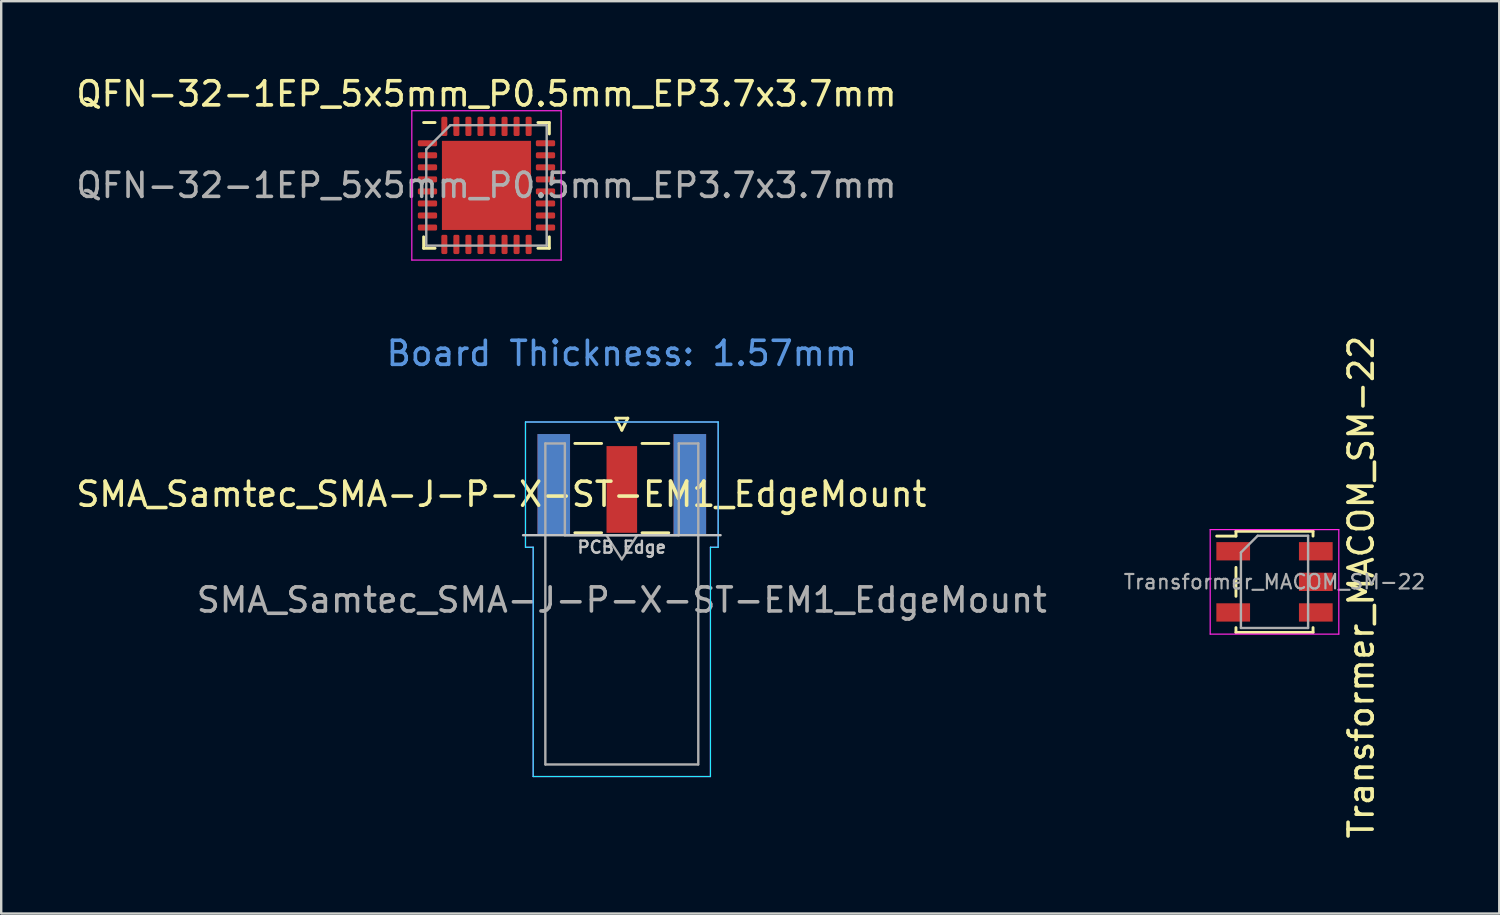
<source format=kicad_pcb>
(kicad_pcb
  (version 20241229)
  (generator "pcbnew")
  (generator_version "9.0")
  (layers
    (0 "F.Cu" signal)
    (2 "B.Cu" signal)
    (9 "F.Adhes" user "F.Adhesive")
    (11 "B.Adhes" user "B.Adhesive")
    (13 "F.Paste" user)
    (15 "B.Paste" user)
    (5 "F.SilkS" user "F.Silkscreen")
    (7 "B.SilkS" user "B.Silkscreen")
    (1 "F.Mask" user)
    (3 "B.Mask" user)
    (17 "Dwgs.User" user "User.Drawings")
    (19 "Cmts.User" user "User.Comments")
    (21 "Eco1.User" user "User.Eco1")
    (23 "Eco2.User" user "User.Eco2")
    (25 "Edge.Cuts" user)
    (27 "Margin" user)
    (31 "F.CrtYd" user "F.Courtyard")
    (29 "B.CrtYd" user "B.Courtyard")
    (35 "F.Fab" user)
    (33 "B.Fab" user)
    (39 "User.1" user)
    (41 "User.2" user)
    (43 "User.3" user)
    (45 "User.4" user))
  (footprint "QFN-32-1EP_5x5mm_P0.5mm_EP3.7x3.7mm"
    (layer "F.Cu")
    (at 17.149 4.648)
    (property "Reference" "QFN-32-1EP_5x5mm_P0.5mm_EP3.7x3.7mm" (at 0 -3.8 0) (layer "F.SilkS") (effects (font (size 1 1) (thickness 0.15))))
    (attr smd)
    (fp_line (start -2.61 2.61) (end -2.61 2.135) (stroke (width 0.12) (type solid)) (layer "F.SilkS"))
    (fp_line (start -2.135 -2.61) (end -2.61 -2.61) (stroke (width 0.12) (type solid)) (layer "F.SilkS"))
    (fp_line (start -2.135 2.61) (end -2.61 2.61) (stroke (width 0.12) (type solid)) (layer "F.SilkS"))
    (fp_line (start 2.135 -2.61) (end 2.61 -2.61) (stroke (width 0.12) (type solid)) (layer "F.SilkS"))
    (fp_line (start 2.135 2.61) (end 2.61 2.61) (stroke (width 0.12) (type solid)) (layer "F.SilkS"))
    (fp_line (start 2.61 -2.61) (end 2.61 -2.135) (stroke (width 0.12) (type solid)) (layer "F.SilkS"))
    (fp_line (start 2.61 2.61) (end 2.61 2.135) (stroke (width 0.12) (type solid)) (layer "F.SilkS"))
    (fp_line (start -3.1 -3.1) (end -3.1 3.1) (stroke (width 0.05) (type solid)) (layer "F.CrtYd"))
    (fp_line (start -3.1 3.1) (end 3.1 3.1) (stroke (width 0.05) (type solid)) (layer "F.CrtYd"))
    (fp_line (start 3.1 -3.1) (end -3.1 -3.1) (stroke (width 0.05) (type solid)) (layer "F.CrtYd"))
    (fp_line (start 3.1 3.1) (end 3.1 -3.1) (stroke (width 0.05) (type solid)) (layer "F.CrtYd"))
    (fp_line (start -2.5 -1.5) (end -1.5 -2.5) (stroke (width 0.1) (type solid)) (layer "F.Fab"))
    (fp_line (start -2.5 2.5) (end -2.5 -1.5) (stroke (width 0.1) (type solid)) (layer "F.Fab"))
    (fp_line (start -1.5 -2.5) (end 2.5 -2.5) (stroke (width 0.1) (type solid)) (layer "F.Fab"))
    (fp_line (start 2.5 -2.5) (end 2.5 2.5) (stroke (width 0.1) (type solid)) (layer "F.Fab"))
    (fp_line (start 2.5 2.5) (end -2.5 2.5) (stroke (width 0.1) (type solid)) (layer "F.Fab"))
    (fp_text user "${REFERENCE}" (at 0 0 0) (layer "F.Fab") (effects (font (size 1 1) (thickness 0.15))))
    (pad "" smd roundrect (at -0.925 -0.925) (size 1.49 1.49) (layers "F.Paste") (roundrect_rratio 0.168))
    (pad "" smd roundrect (at -0.925 0.925) (size 1.49 1.49) (layers "F.Paste") (roundrect_rratio 0.168))
    (pad "" smd roundrect (at 0.925 -0.925) (size 1.49 1.49) (layers "F.Paste") (roundrect_rratio 0.168))
    (pad "" smd roundrect (at 0.925 0.925) (size 1.49 1.49) (layers "F.Paste") (roundrect_rratio 0.168))
    (pad "1" smd roundrect (at -2.45 -1.75) (size 0.8 0.25) (layers "F.Cu" "F.Mask" "F.Paste") (roundrect_rratio 0.25))
    (pad "2" smd roundrect (at -2.45 -1.25) (size 0.8 0.25) (layers "F.Cu" "F.Mask" "F.Paste") (roundrect_rratio 0.25))
    (pad "3" smd roundrect (at -2.45 -0.75) (size 0.8 0.25) (layers "F.Cu" "F.Mask" "F.Paste") (roundrect_rratio 0.25))
    (pad "4" smd roundrect (at -2.45 -0.25) (size 0.8 0.25) (layers "F.Cu" "F.Mask" "F.Paste") (roundrect_rratio 0.25))
    (pad "5" smd roundrect (at -2.45 0.25) (size 0.8 0.25) (layers "F.Cu" "F.Mask" "F.Paste") (roundrect_rratio 0.25))
    (pad "6" smd roundrect (at -2.45 0.75) (size 0.8 0.25) (layers "F.Cu" "F.Mask" "F.Paste") (roundrect_rratio 0.25))
    (pad "7" smd roundrect (at -2.45 1.25) (size 0.8 0.25) (layers "F.Cu" "F.Mask" "F.Paste") (roundrect_rratio 0.25))
    (pad "8" smd roundrect (at -2.45 1.75) (size 0.8 0.25) (layers "F.Cu" "F.Mask" "F.Paste") (roundrect_rratio 0.25))
    (pad "9" smd roundrect (at -1.75 2.45) (size 0.25 0.8) (layers "F.Cu" "F.Mask" "F.Paste") (roundrect_rratio 0.25))
    (pad "10" smd roundrect (at -1.25 2.45) (size 0.25 0.8) (layers "F.Cu" "F.Mask" "F.Paste") (roundrect_rratio 0.25))
    (pad "11" smd roundrect (at -0.75 2.45) (size 0.25 0.8) (layers "F.Cu" "F.Mask" "F.Paste") (roundrect_rratio 0.25))
    (pad "12" smd roundrect (at -0.25 2.45) (size 0.25 0.8) (layers "F.Cu" "F.Mask" "F.Paste") (roundrect_rratio 0.25))
    (pad "13" smd roundrect (at 0.25 2.45) (size 0.25 0.8) (layers "F.Cu" "F.Mask" "F.Paste") (roundrect_rratio 0.25))
    (pad "14" smd roundrect (at 0.75 2.45) (size 0.25 0.8) (layers "F.Cu" "F.Mask" "F.Paste") (roundrect_rratio 0.25))
    (pad "15" smd roundrect (at 1.25 2.45) (size 0.25 0.8) (layers "F.Cu" "F.Mask" "F.Paste") (roundrect_rratio 0.25))
    (pad "16" smd roundrect (at 1.75 2.45) (size 0.25 0.8) (layers "F.Cu" "F.Mask" "F.Paste") (roundrect_rratio 0.25))
    (pad "17" smd roundrect (at 2.45 1.75) (size 0.8 0.25) (layers "F.Cu" "F.Mask" "F.Paste") (roundrect_rratio 0.25))
    (pad "18" smd roundrect (at 2.45 1.25) (size 0.8 0.25) (layers "F.Cu" "F.Mask" "F.Paste") (roundrect_rratio 0.25))
    (pad "19" smd roundrect (at 2.45 0.75) (size 0.8 0.25) (layers "F.Cu" "F.Mask" "F.Paste") (roundrect_rratio 0.25))
    (pad "20" smd roundrect (at 2.45 0.25) (size 0.8 0.25) (layers "F.Cu" "F.Mask" "F.Paste") (roundrect_rratio 0.25))
    (pad "21" smd roundrect (at 2.45 -0.25) (size 0.8 0.25) (layers "F.Cu" "F.Mask" "F.Paste") (roundrect_rratio 0.25))
    (pad "22" smd roundrect (at 2.45 -0.75) (size 0.8 0.25) (layers "F.Cu" "F.Mask" "F.Paste") (roundrect_rratio 0.25))
    (pad "23" smd roundrect (at 2.45 -1.25) (size 0.8 0.25) (layers "F.Cu" "F.Mask" "F.Paste") (roundrect_rratio 0.25))
    (pad "24" smd roundrect (at 2.45 -1.75) (size 0.8 0.25) (layers "F.Cu" "F.Mask" "F.Paste") (roundrect_rratio 0.25))
    (pad "25" smd roundrect (at 1.75 -2.45) (size 0.25 0.8) (layers "F.Cu" "F.Mask" "F.Paste") (roundrect_rratio 0.25))
    (pad "26" smd roundrect (at 1.25 -2.45) (size 0.25 0.8) (layers "F.Cu" "F.Mask" "F.Paste") (roundrect_rratio 0.25))
    (pad "27" smd roundrect (at 0.75 -2.45) (size 0.25 0.8) (layers "F.Cu" "F.Mask" "F.Paste") (roundrect_rratio 0.25))
    (pad "28" smd roundrect (at 0.25 -2.45) (size 0.25 0.8) (layers "F.Cu" "F.Mask" "F.Paste") (roundrect_rratio 0.25))
    (pad "29" smd roundrect (at -0.25 -2.45) (size 0.25 0.8) (layers "F.Cu" "F.Mask" "F.Paste") (roundrect_rratio 0.25))
    (pad "30" smd roundrect (at -0.75 -2.45) (size 0.25 0.8) (layers "F.Cu" "F.Mask" "F.Paste") (roundrect_rratio 0.25))
    (pad "31" smd roundrect (at -1.25 -2.45) (size 0.25 0.8) (layers "F.Cu" "F.Mask" "F.Paste") (roundrect_rratio 0.25))
    (pad "32" smd roundrect (at -1.75 -2.45) (size 0.25 0.8) (layers "F.Cu" "F.Mask" "F.Paste") (roundrect_rratio 0.25))
    (pad "33" smd rect (at 0 0) (size 3.7 3.7) (layers "F.Cu" "F.Mask")))
  (footprint "SMA_Samtec_SMA-J-P-X-ST-EM1_EdgeMount"
    (layer "F.Cu")
    (at 22.768 17.072)
    (property "Reference" "SMA_Samtec_SMA-J-P-X-ST-EM1_EdgeMount" (at -5 0.4 180) (layer "F.SilkS") (effects (font (size 1 1) (thickness 0.15))))
    (attr smd)
    (fp_line (start -1.95 -1.71) (end -0.84 -1.71) (stroke (width 0.12) (type solid)) (layer "F.SilkS"))
    (fp_line (start -1.95 2) (end -0.84 2) (stroke (width 0.12) (type solid)) (layer "F.SilkS"))
    (fp_line (start -0.25 -2.76) (end 0 -2.26) (stroke (width 0.12) (type solid)) (layer "F.SilkS"))
    (fp_line (start 0 -2.26) (end 0.25 -2.76) (stroke (width 0.12) (type solid)) (layer "F.SilkS"))
    (fp_line (start 0.25 -2.76) (end -0.25 -2.76) (stroke (width 0.12) (type solid)) (layer "F.SilkS"))
    (fp_line (start 0.84 -1.71) (end 1.95 -1.71) (stroke (width 0.12) (type solid)) (layer "F.SilkS"))
    (fp_line (start 0.84 2) (end 1.95 2) (stroke (width 0.12) (type solid)) (layer "F.SilkS"))
    (fp_line (start 4.1 2.1) (end -4.1 2.1) (stroke (width 0.1) (type solid)) (layer "Dwgs.User"))
    (fp_line (start -4 -2.6) (end 4 -2.6) (stroke (width 0.05) (type solid)) (layer "B.CrtYd"))
    (fp_line (start -4 2.6) (end -4 -2.6) (stroke (width 0.05) (type solid)) (layer "B.CrtYd"))
    (fp_line (start -3.68 2.6) (end -4 2.6) (stroke (width 0.05) (type solid)) (layer "B.CrtYd"))
    (fp_line (start -3.68 12.12) (end -3.68 2.6) (stroke (width 0.05) (type solid)) (layer "B.CrtYd"))
    (fp_line (start 3.68 2.6) (end 3.68 12.12) (stroke (width 0.05) (type solid)) (layer "B.CrtYd"))
    (fp_line (start 3.68 12.12) (end -3.68 12.12) (stroke (width 0.05) (type solid)) (layer "B.CrtYd"))
    (fp_line (start 4 2.6) (end 3.68 2.6) (stroke (width 0.05) (type solid)) (layer "B.CrtYd"))
    (fp_line (start 4 2.6) (end 4 -2.6) (stroke (width 0.05) (type solid)) (layer "B.CrtYd"))
    (fp_line (start -4 -2.6) (end 4 -2.6) (stroke (width 0.05) (type solid)) (layer "F.CrtYd"))
    (fp_line (start -4 2.6) (end -4 -2.6) (stroke (width 0.05) (type solid)) (layer "F.CrtYd"))
    (fp_line (start -3.68 2.6) (end -4 2.6) (stroke (width 0.05) (type solid)) (layer "F.CrtYd"))
    (fp_line (start -3.68 12.12) (end -3.68 2.6) (stroke (width 0.05) (type solid)) (layer "F.CrtYd"))
    (fp_line (start 3.68 2.6) (end 3.68 12.12) (stroke (width 0.05) (type solid)) (layer "F.CrtYd"))
    (fp_line (start 3.68 2.6) (end 4 2.6) (stroke (width 0.05) (type solid)) (layer "F.CrtYd"))
    (fp_line (start 3.68 12.12) (end -3.68 12.12) (stroke (width 0.05) (type solid)) (layer "F.CrtYd"))
    (fp_line (start 4 2.6) (end 4 -2.6) (stroke (width 0.05) (type solid)) (layer "F.CrtYd"))
    (fp_line (start -3.175 -1.71) (end -3.175 11.62) (stroke (width 0.1) (type solid)) (layer "F.Fab"))
    (fp_line (start -2.365 -1.71) (end -3.175 -1.71) (stroke (width 0.1) (type solid)) (layer "F.Fab"))
    (fp_line (start -2.365 2.1) (end -2.365 -1.71) (stroke (width 0.1) (type solid)) (layer "F.Fab"))
    (fp_line (start 0 3.1) (end -0.64 2.1) (stroke (width 0.1) (type solid)) (layer "F.Fab"))
    (fp_line (start 0.64 2.1) (end 0 3.1) (stroke (width 0.1) (type solid)) (layer "F.Fab"))
    (fp_line (start 2.365 -1.71) (end 2.365 2.1) (stroke (width 0.1) (type solid)) (layer "F.Fab"))
    (fp_line (start 2.365 2.1) (end -2.365 2.1) (stroke (width 0.1) (type solid)) (layer "F.Fab"))
    (fp_line (start 3.165 11.62) (end -3.165 11.62) (stroke (width 0.1) (type solid)) (layer "F.Fab"))
    (fp_line (start 3.175 -1.71) (end 2.365 -1.71) (stroke (width 0.1) (type solid)) (layer "F.Fab"))
    (fp_line (start 3.175 -1.71) (end 3.175 11.62) (stroke (width 0.1) (type solid)) (layer "F.Fab"))
    (fp_text user "PCB Edge" (at 0 2.6 180) (layer "Dwgs.User") (effects (font (size 0.5 0.5) (thickness 0.1))))
    (fp_text user "Board Thickness: 1.57mm" (at 0 -5.45 180) (layer "Cmts.User") (effects (font (size 1 1) (thickness 0.15))))
    (fp_text user "${REFERENCE}" (at 0 4.79 0) (layer "F.Fab") (effects (font (size 1 1) (thickness 0.15))))
    (pad "1" smd rect (at 0 0.2) (size 1.27 3.6) (layers "F.Cu" "F.Mask" "F.Paste"))
    (pad "2" smd rect (at -2.825 0) (size 1.35 4.2) (layers "F.Cu" "F.Mask" "F.Paste"))
    (pad "2" smd rect (at -2.825 0) (size 1.35 4.2) (layers "B.Cu" "B.Mask" "B.Paste"))
    (pad "2" smd rect (at 2.825 0) (size 1.35 4.2) (layers "F.Cu" "F.Mask" "F.Paste"))
    (pad "2" smd rect (at 2.825 0) (size 1.35 4.2) (layers "B.Cu" "B.Mask" "B.Paste")))
  (footprint "Transformer_MACOM_SM-22"
    (layer "F.Cu")
    (at 49.868 21.109)
    (property "Reference" "Transformer_MACOM_SM-22" (at 3.599 0.218 90) (layer "F.SilkS") (effects (font (size 1 1) (thickness 0.15))))
    (attr smd)
    (fp_line (start -1.6 -2.1) (end -1.6 -1.9) (stroke (width 0.12) (type solid)) (layer "F.SilkS"))
    (fp_line (start -1.6 -1.9) (end -2.4 -1.9) (stroke (width 0.12) (type solid)) (layer "F.SilkS"))
    (fp_line (start -1.6 -0.6) (end -1.6 0.6) (stroke (width 0.12) (type solid)) (layer "F.SilkS"))
    (fp_line (start -1.6 1.9) (end -1.6 2.1) (stroke (width 0.12) (type solid)) (layer "F.SilkS"))
    (fp_line (start -1.6 2.1) (end 1.6 2.1) (stroke (width 0.12) (type solid)) (layer "F.SilkS"))
    (fp_line (start 1.6 -2.1) (end -1.6 -2.1) (stroke (width 0.12) (type solid)) (layer "F.SilkS"))
    (fp_line (start 1.6 -1.9) (end 1.6 -2.1) (stroke (width 0.12) (type solid)) (layer "F.SilkS"))
    (fp_line (start 1.6 2.1) (end 1.6 1.9) (stroke (width 0.12) (type solid)) (layer "F.SilkS"))
    (fp_line (start -2.67 -2.17) (end 2.67 -2.17) (stroke (width 0.05) (type solid)) (layer "F.CrtYd"))
    (fp_line (start -2.67 2.17) (end -2.67 -2.17) (stroke (width 0.05) (type solid)) (layer "F.CrtYd"))
    (fp_line (start 2.67 -2.17) (end 2.67 2.17) (stroke (width 0.05) (type solid)) (layer "F.CrtYd"))
    (fp_line (start 2.67 2.17) (end -2.67 2.17) (stroke (width 0.05) (type solid)) (layer "F.CrtYd"))
    (fp_line (start -1.395 -1.218) (end -0.698 -1.915) (stroke (width 0.1) (type solid)) (layer "F.Fab"))
    (fp_line (start -1.395 1.915) (end -1.395 -1.218) (stroke (width 0.1) (type solid)) (layer "F.Fab"))
    (fp_line (start -0.698 -1.915) (end 1.395 -1.915) (stroke (width 0.1) (type solid)) (layer "F.Fab"))
    (fp_line (start 1.395 -1.915) (end 1.395 1.915) (stroke (width 0.1) (type solid)) (layer "F.Fab"))
    (fp_line (start 1.395 1.915) (end -1.395 1.915) (stroke (width 0.1) (type solid)) (layer "F.Fab"))
    (fp_text user "${REFERENCE}" (at 0 0 180) (layer "F.Fab") (effects (font (size 0.6 0.6) (thickness 0.09))))
    (pad "1" smd rect (at 1.715 -1.27) (size 1.4 0.76) (layers "F.Cu" "F.Mask" "F.Paste"))
    (pad "2" smd rect (at 1.715 0) (size 1.4 0.76) (layers "F.Cu" "F.Mask" "F.Paste"))
    (pad "3" smd rect (at 1.715 1.27) (size 1.4 0.76) (layers "F.Cu" "F.Mask" "F.Paste"))
    (pad "4" smd rect (at -1.715 -1.27) (size 1.4 0.76) (layers "F.Cu" "F.Mask" "F.Paste"))
    (pad "5" smd rect (at -1.715 1.27) (size 1.4 0.76) (layers "F.Cu" "F.Mask" "F.Paste")))
  (gr_rect
    (start -3 -3)
    (end 59.2 34.88)
    (stroke (width 0.1) (type default))
    (fill no)
    (layer "Edge.Cuts")))
</source>
